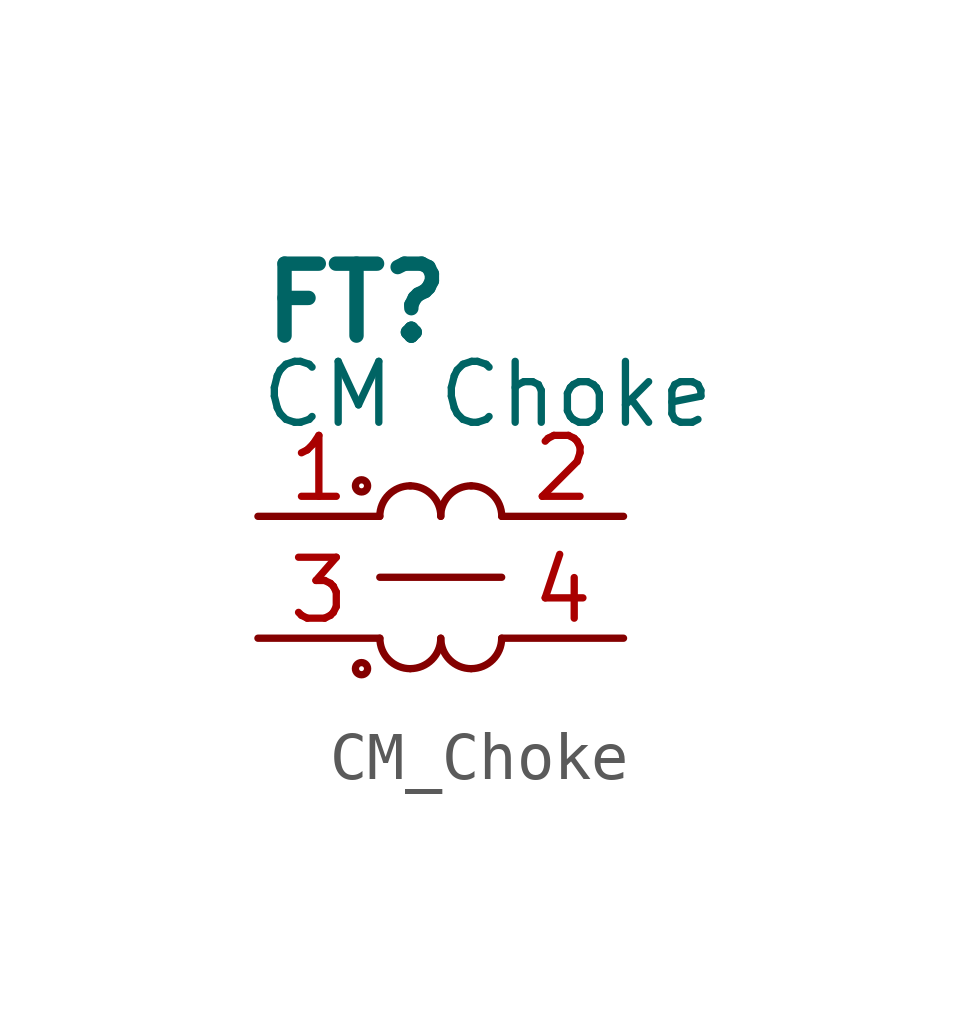
<source format=kicad_sym>
(kicad_symbol_lib
  (version 20231120)
  (generator "kicad_symbol_editor")
  (generator_version "8.0")
  (symbol "CM_Choke"
    (pin_names hide)
    (property "Reference" "FT"
      (at -3.175 1.905 0)
      (effects (font (size 1.5 1.5) (bold yes)) (justify left)))
    (property "Value" "CM Choke"
      (at -3.175 0 0)
      (effects (font (size 1.27 1.27)) (justify left)))
    (symbol "CM_Choke_0_1"
      (circle (center -1.016 -5.715) (radius 0.127) (stroke (width 0) (type default)) (fill (type none)))
      (circle (center -1.016 -1.905) (radius 0.127) (stroke (width 0) (type default)) (fill (type none)))
      (arc (start -0.635 -5.08) (mid -0.449 -5.529) (end 0 -5.715) (stroke (width 0) (type default)) (fill (type none)))
      (arc (start 0 -5.715) (mid 0.449 -5.529) (end 0.635 -5.08) (stroke (width 0) (type default)) (fill (type none)))
      (arc (start 0 -1.905) (mid -0.449 -2.091) (end -0.635 -2.54) (stroke (width 0) (type default)) (fill (type none)))
      (polyline (pts (xy -0.635 -3.81) (xy 1.905 -3.81)) (stroke (width 0) (type default)) (fill (type none)))
      (arc (start 0.635 -5.08) (mid 0.821 -5.529) (end 1.27 -5.715) (stroke (width 0) (type default)) (fill (type none)))
      (arc (start 0.635 -2.54) (mid 0.449 -2.091) (end 0 -1.905) (stroke (width 0) (type default)) (fill (type none)))
      (arc (start 1.27 -5.715) (mid 1.719 -5.529) (end 1.905 -5.08) (stroke (width 0) (type default)) (fill (type none)))
      (arc (start 1.27 -1.905) (mid 0.821 -2.091) (end 0.635 -2.54) (stroke (width 0) (type default)) (fill (type none)))
      (arc (start 1.905 -2.54) (mid 1.719 -2.091) (end 1.27 -1.905) (stroke (width 0) (type default)) (fill (type none))))
    (symbol "CM_Choke_1_1"
      (pin bidirectional line (at -3.175 -2.54 0) (length 2.54) (name "1" (effects (font (size 1.27 1.27)))) (number "1" (effects (font (size 1.27 1.27)))))
      (pin bidirectional line (at 4.445 -2.54 180) (length 2.54) (name "2" (effects (font (size 1.27 1.27)))) (number "2" (effects (font (size 1.27 1.27)))))
      (pin bidirectional line (at -3.175 -5.08 0) (length 2.54) (name "3" (effects (font (size 1.27 1.27)))) (number "3" (effects (font (size 1.27 1.27)))))
      (pin bidirectional line (at 4.445 -5.08 180) (length 2.54) (name "4" (effects (font (size 1.27 1.27)))) (number "4" (effects (font (size 1.27 1.27))))))))
</source>
